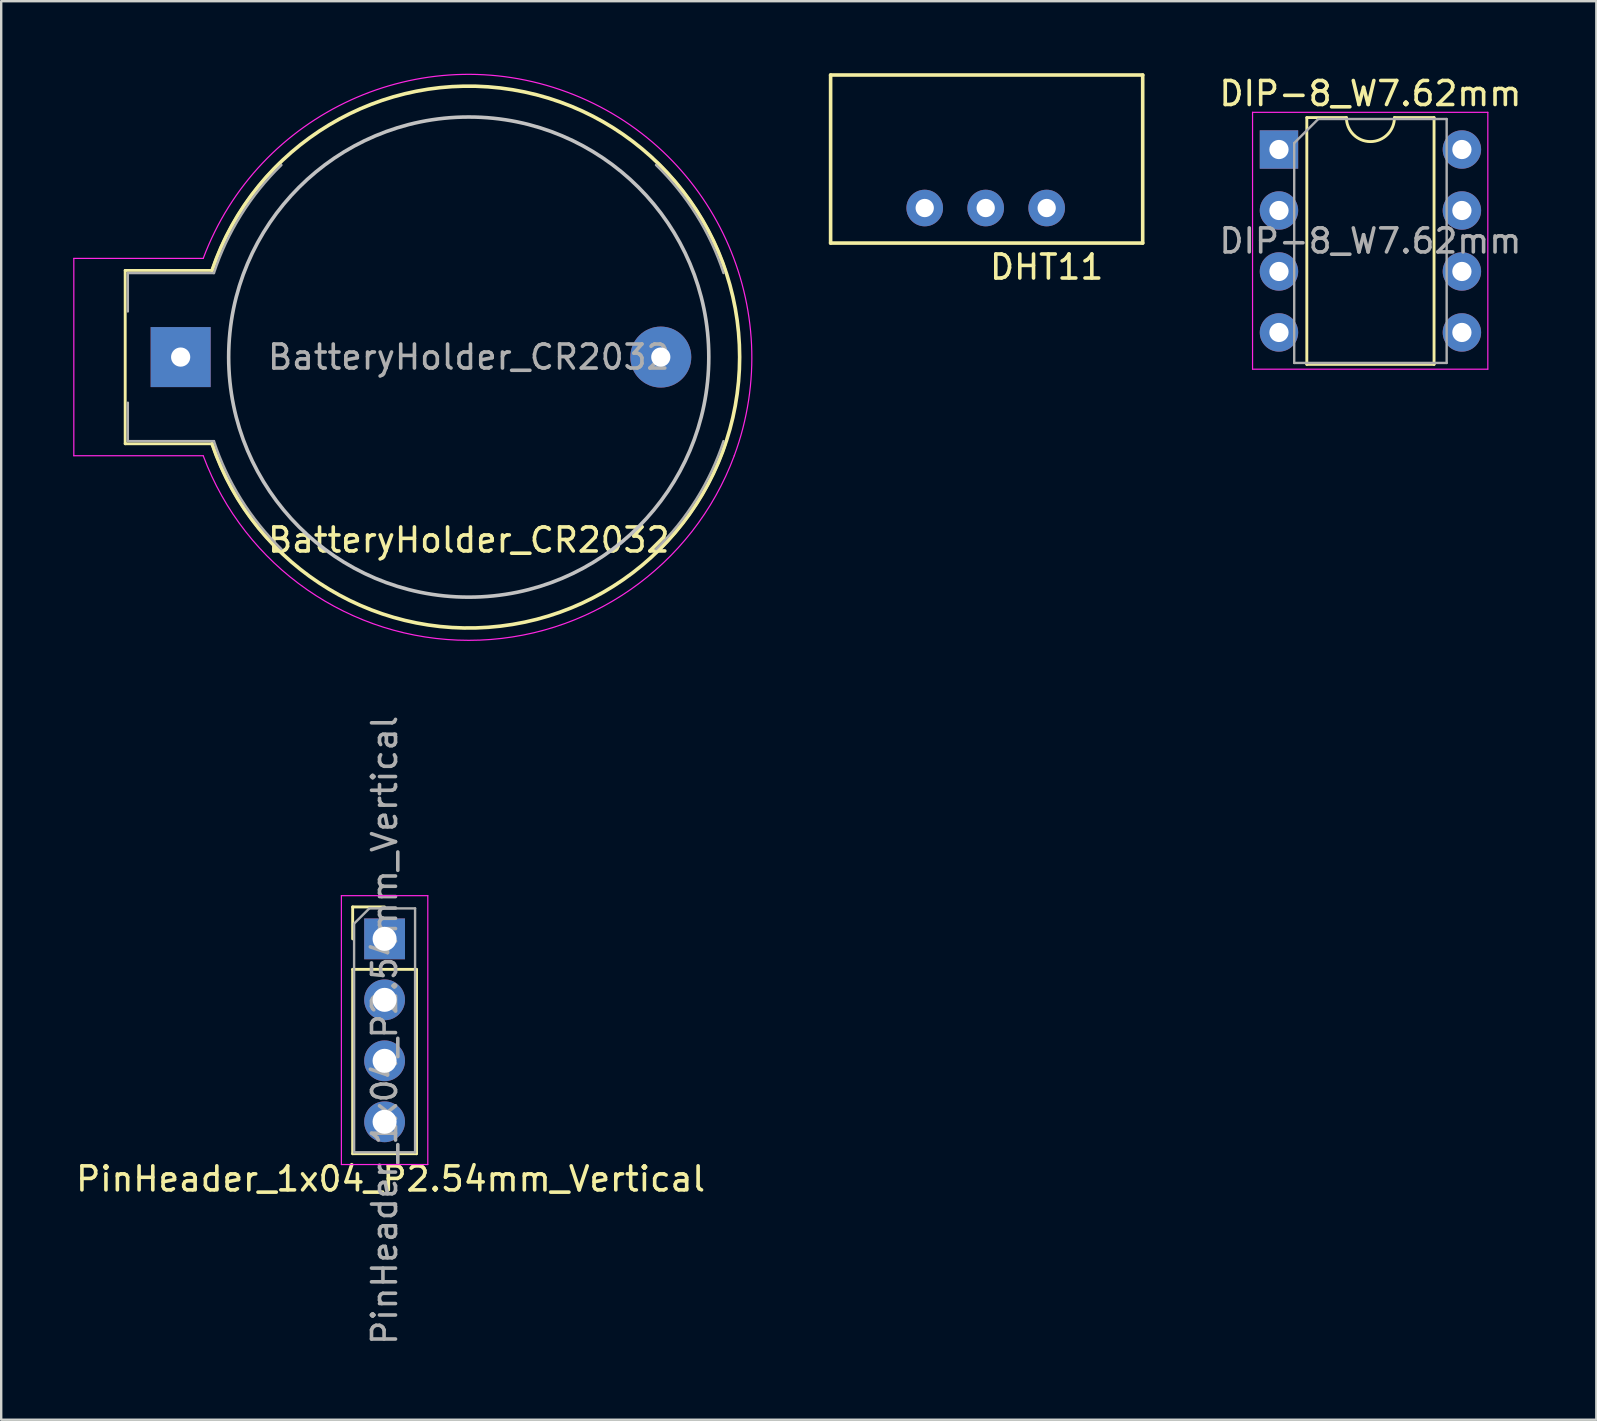
<source format=kicad_pcb>
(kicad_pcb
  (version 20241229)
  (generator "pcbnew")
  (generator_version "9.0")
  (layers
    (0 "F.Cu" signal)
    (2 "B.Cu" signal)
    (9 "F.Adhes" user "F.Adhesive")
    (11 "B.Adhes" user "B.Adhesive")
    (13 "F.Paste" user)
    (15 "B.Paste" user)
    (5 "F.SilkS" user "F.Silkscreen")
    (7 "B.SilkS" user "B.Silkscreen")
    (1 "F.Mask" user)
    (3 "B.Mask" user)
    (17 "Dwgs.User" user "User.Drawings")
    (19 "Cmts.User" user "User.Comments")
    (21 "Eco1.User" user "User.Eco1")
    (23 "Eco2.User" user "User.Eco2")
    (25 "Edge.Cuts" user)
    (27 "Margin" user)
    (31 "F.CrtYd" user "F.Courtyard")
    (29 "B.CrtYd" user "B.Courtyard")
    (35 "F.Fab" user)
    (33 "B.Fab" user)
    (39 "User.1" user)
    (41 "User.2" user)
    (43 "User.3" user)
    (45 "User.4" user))
  (footprint "DHT11"
    (layer "F.Cu")
    (at 31.549 7.075)
    (property "Reference" "DHT11" (at 9 1 0) (layer "F.SilkS") (effects (font (size 1 1) (thickness 0.15))))
    (attr through_hole)
    (fp_line (start 0 -7) (end 0 0) (stroke (width 0.15) (type solid)) (layer "F.SilkS"))
    (fp_line (start 0 0) (end 13 0) (stroke (width 0.15) (type solid)) (layer "F.SilkS"))
    (fp_line (start 13 -7) (end 0 -7) (stroke (width 0.15) (type solid)) (layer "F.SilkS"))
    (fp_line (start 13 0) (end 13 -7) (stroke (width 0.15) (type solid)) (layer "F.SilkS"))
    (pad "1" thru_hole circle (at 9 -1.46 180) (size 1.524 1.524) (drill 0.762) (layers "*.Cu" "*.Mask"))
    (pad "2" thru_hole circle (at 6.46 -1.46 180) (size 1.524 1.524) (drill 0.762) (layers "*.Cu" "*.Mask"))
    (pad "3" thru_hole circle (at 3.92 -1.46 180) (size 1.524 1.524) (drill 0.762) (layers "*.Cu" "*.Mask")))
  (footprint "BatteryHolder_CR2032"
    (layer "F.Cu")
    (at 16.475 11.824)
    (property "Reference" "BatteryHolder_CR2032" (at 0 7.62 0) (layer "F.SilkS") (effects (font (size 1 1) (thickness 0.15))))
    (attr smd)
    (fp_line (start -14.31 -3.61) (end -10.692 -3.61) (stroke (width 0.12) (type solid)) (layer "F.SilkS"))
    (fp_line (start -14.31 3.61) (end -14.31 -3.61) (stroke (width 0.12) (type solid)) (layer "F.SilkS"))
    (fp_line (start -10.692 3.61) (end -14.31 3.61) (stroke (width 0.12) (type solid)) (layer "F.SilkS"))
    (fp_arc (start -10.692 -3.61) (mid 11.284988 0) (end -10.692 3.61) (stroke (width 0.15) (type solid)) (layer "F.SilkS"))
    (fp_arc (start -10.692 -3.61) (mid -9.538084 -6.031244) (end -7.845371 -8.111789) (stroke (width 0.12) (type solid)) (layer "F.SilkS"))
    (fp_arc (start -7.845371 8.111789) (mid -9.538085 6.031244) (end -10.692 3.61) (stroke (width 0.12) (type solid)) (layer "F.SilkS"))
    (fp_arc (start 7.845371 -8.111789) (mid 9.538085 -6.031244) (end 10.692 -3.61) (stroke (width 0.12) (type solid)) (layer "F.SilkS"))
    (fp_arc (start 10.692 3.61) (mid 9.538084 6.031244) (end 7.845371 8.111789) (stroke (width 0.12) (type solid)) (layer "F.SilkS"))
    (fp_circle (center 0 0) (end 10 0) (stroke (width 0.15) (type solid)) (fill no) (layer "Dwgs.User"))
    (fp_line (start -16.45 -4.11) (end -16.45 4.11) (stroke (width 0.05) (type solid)) (layer "F.CrtYd"))
    (fp_line (start -16.45 -4.11) (end -11.06 -4.11) (stroke (width 0.05) (type solid)) (layer "F.CrtYd"))
    (fp_line (start -16.45 4.11) (end -11.06 4.11) (stroke (width 0.05) (type solid)) (layer "F.CrtYd"))
    (fp_arc (start -11.06 -4.11) (mid 4.11 -11.06) (end 11.06 4.11) (stroke (width 0.05) (type solid)) (layer "F.CrtYd"))
    (fp_arc (start 11.06 4.11) (mid 0.002978 11.79897) (end -11.057924 4.115582) (stroke (width 0.05) (type solid)) (layer "F.CrtYd"))
    (fp_line (start -14.2 -3.5) (end -14.2 -1.9) (stroke (width 0.1) (type solid)) (layer "F.Fab"))
    (fp_line (start -14.2 -3.5) (end -10.613 -3.5) (stroke (width 0.1) (type solid)) (layer "F.Fab"))
    (fp_line (start -14.2 1.9) (end -14.2 3.5) (stroke (width 0.1) (type solid)) (layer "F.Fab"))
    (fp_line (start -14.2 3.5) (end -10.613 3.5) (stroke (width 0.1) (type solid)) (layer "F.Fab"))
    (fp_arc (start -10.61275 -3.5) (mid -9.478596 -5.919179) (end -7.802602 -7.999992) (stroke (width 0.1) (type solid)) (layer "F.Fab"))
    (fp_arc (start -7.802602 7.999992) (mid -9.478596 5.91918) (end -10.61275 3.5) (stroke (width 0.1) (type solid)) (layer "F.Fab"))
    (fp_arc (start 7.802602 -7.999992) (mid 9.478596 -5.91918) (end 10.61275 -3.5) (stroke (width 0.1) (type solid)) (layer "F.Fab"))
    (fp_arc (start 10.61275 3.5) (mid 9.478596 5.919179) (end 7.802602 7.999992) (stroke (width 0.1) (type solid)) (layer "F.Fab"))
    (fp_text user "${REFERENCE}" (at 0 0 0) (layer "F.Fab") (effects (font (size 1 1) (thickness 0.15))))
    (pad "1" thru_hole rect (at -12 0) (size 2.5 2.5) (drill 0.8) (layers "*.Cu" "*.Mask"))
    (pad "2" thru_hole circle (at 8 0) (size 2.54 2.54) (drill 0.8) (layers "*.Cu" "*.Mask")))
  (footprint "DIP-8_W7.62mm"
    (layer "F.Cu")
    (at 50.225 3.178)
    (property "Reference" "DIP-8_W7.62mm" (at 3.81 -2.33 180) (layer "F.SilkS") (effects (font (size 1 1) (thickness 0.15))))
    (attr through_hole)
    (fp_line (start 1.16 -1.33) (end 1.16 8.95) (stroke (width 0.12) (type solid)) (layer "F.SilkS"))
    (fp_line (start 1.16 8.95) (end 6.46 8.95) (stroke (width 0.12) (type solid)) (layer "F.SilkS"))
    (fp_line (start 2.81 -1.33) (end 1.16 -1.33) (stroke (width 0.12) (type solid)) (layer "F.SilkS"))
    (fp_line (start 6.46 -1.33) (end 4.81 -1.33) (stroke (width 0.12) (type solid)) (layer "F.SilkS"))
    (fp_line (start 6.46 8.95) (end 6.46 -1.33) (stroke (width 0.12) (type solid)) (layer "F.SilkS"))
    (fp_arc (start 4.81 -1.33) (mid 3.81 -0.33) (end 2.81 -1.33) (stroke (width 0.12) (type solid)) (layer "F.SilkS"))
    (fp_line (start -1.1 -1.55) (end -1.1 9.15) (stroke (width 0.05) (type solid)) (layer "F.CrtYd"))
    (fp_line (start -1.1 9.15) (end 8.7 9.15) (stroke (width 0.05) (type solid)) (layer "F.CrtYd"))
    (fp_line (start 8.7 -1.55) (end -1.1 -1.55) (stroke (width 0.05) (type solid)) (layer "F.CrtYd"))
    (fp_line (start 8.7 9.15) (end 8.7 -1.55) (stroke (width 0.05) (type solid)) (layer "F.CrtYd"))
    (fp_line (start 0.635 -0.27) (end 1.635 -1.27) (stroke (width 0.1) (type solid)) (layer "F.Fab"))
    (fp_line (start 0.635 8.89) (end 0.635 -0.27) (stroke (width 0.1) (type solid)) (layer "F.Fab"))
    (fp_line (start 1.635 -1.27) (end 6.985 -1.27) (stroke (width 0.1) (type solid)) (layer "F.Fab"))
    (fp_line (start 6.985 -1.27) (end 6.985 8.89) (stroke (width 0.1) (type solid)) (layer "F.Fab"))
    (fp_line (start 6.985 8.89) (end 0.635 8.89) (stroke (width 0.1) (type solid)) (layer "F.Fab"))
    (fp_text user "${REFERENCE}" (at 3.81 3.81 180) (layer "F.Fab") (effects (font (size 1 1) (thickness 0.15))))
    (pad "1" thru_hole rect (at 0 0) (size 1.6 1.6) (drill 0.8) (layers "*.Cu" "*.Mask"))
    (pad "2" thru_hole oval (at 0 2.54) (size 1.6 1.6) (drill 0.8) (layers "*.Cu" "*.Mask"))
    (pad "3" thru_hole oval (at 0 5.08) (size 1.6 1.6) (drill 0.8) (layers "*.Cu" "*.Mask"))
    (pad "4" thru_hole oval (at 0 7.62) (size 1.6 1.6) (drill 0.8) (layers "*.Cu" "*.Mask"))
    (pad "5" thru_hole oval (at 7.62 7.62) (size 1.6 1.6) (drill 0.8) (layers "*.Cu" "*.Mask"))
    (pad "6" thru_hole oval (at 7.62 5.08) (size 1.6 1.6) (drill 0.8) (layers "*.Cu" "*.Mask"))
    (pad "7" thru_hole oval (at 7.62 2.54) (size 1.6 1.6) (drill 0.8) (layers "*.Cu" "*.Mask"))
    (pad "8" thru_hole oval (at 7.62 0) (size 1.6 1.6) (drill 0.8) (layers "*.Cu" "*.Mask")))
  (footprint "PinHeader_1x04_P2.54mm_Vertical"
    (layer "F.Cu")
    (at 12.97 36.058)
    (property "Reference" "PinHeader_1x04_P2.54mm_Vertical" (at 0.25 10 180) (layer "F.SilkS") (effects (font (size 1 1) (thickness 0.15))))
    (attr through_hole)
    (fp_line (start -1.33 -1.33) (end 0 -1.33) (stroke (width 0.12) (type solid)) (layer "F.SilkS"))
    (fp_line (start -1.33 0) (end -1.33 -1.33) (stroke (width 0.12) (type solid)) (layer "F.SilkS"))
    (fp_line (start -1.33 1.27) (end -1.33 8.95) (stroke (width 0.12) (type solid)) (layer "F.SilkS"))
    (fp_line (start -1.33 1.27) (end 1.33 1.27) (stroke (width 0.12) (type solid)) (layer "F.SilkS"))
    (fp_line (start -1.33 8.95) (end 1.33 8.95) (stroke (width 0.12) (type solid)) (layer "F.SilkS"))
    (fp_line (start 1.33 1.27) (end 1.33 8.95) (stroke (width 0.12) (type solid)) (layer "F.SilkS"))
    (fp_line (start -1.8 -1.8) (end -1.8 9.4) (stroke (width 0.05) (type solid)) (layer "F.CrtYd"))
    (fp_line (start -1.8 9.4) (end 1.8 9.4) (stroke (width 0.05) (type solid)) (layer "F.CrtYd"))
    (fp_line (start 1.8 -1.8) (end -1.8 -1.8) (stroke (width 0.05) (type solid)) (layer "F.CrtYd"))
    (fp_line (start 1.8 9.4) (end 1.8 -1.8) (stroke (width 0.05) (type solid)) (layer "F.CrtYd"))
    (fp_line (start -1.27 -0.635) (end -0.635 -1.27) (stroke (width 0.1) (type solid)) (layer "F.Fab"))
    (fp_line (start -1.27 8.89) (end -1.27 -0.635) (stroke (width 0.1) (type solid)) (layer "F.Fab"))
    (fp_line (start -0.635 -1.27) (end 1.27 -1.27) (stroke (width 0.1) (type solid)) (layer "F.Fab"))
    (fp_line (start 1.27 -1.27) (end 1.27 8.89) (stroke (width 0.1) (type solid)) (layer "F.Fab"))
    (fp_line (start 1.27 8.89) (end -1.27 8.89) (stroke (width 0.1) (type solid)) (layer "F.Fab"))
    (fp_text user "${REFERENCE}" (at 0 3.81 270) (layer "F.Fab") (effects (font (size 1 1) (thickness 0.15))))
    (pad "1" thru_hole rect (at 0 0) (size 1.7 1.7) (drill 1) (layers "*.Cu" "*.Mask"))
    (pad "2" thru_hole oval (at 0 2.54) (size 1.7 1.7) (drill 1) (layers "*.Cu" "*.Mask"))
    (pad "3" thru_hole oval (at 0 5.08) (size 1.7 1.7) (drill 1) (layers "*.Cu" "*.Mask"))
    (pad "4" thru_hole oval (at 0 7.62) (size 1.7 1.7) (drill 1) (layers "*.Cu" "*.Mask")))
  (gr_rect
    (start -3 -3)
    (end 63.445 56.088)
    (stroke (width 0.1) (type default))
    (fill no)
    (layer "Edge.Cuts")))
</source>
